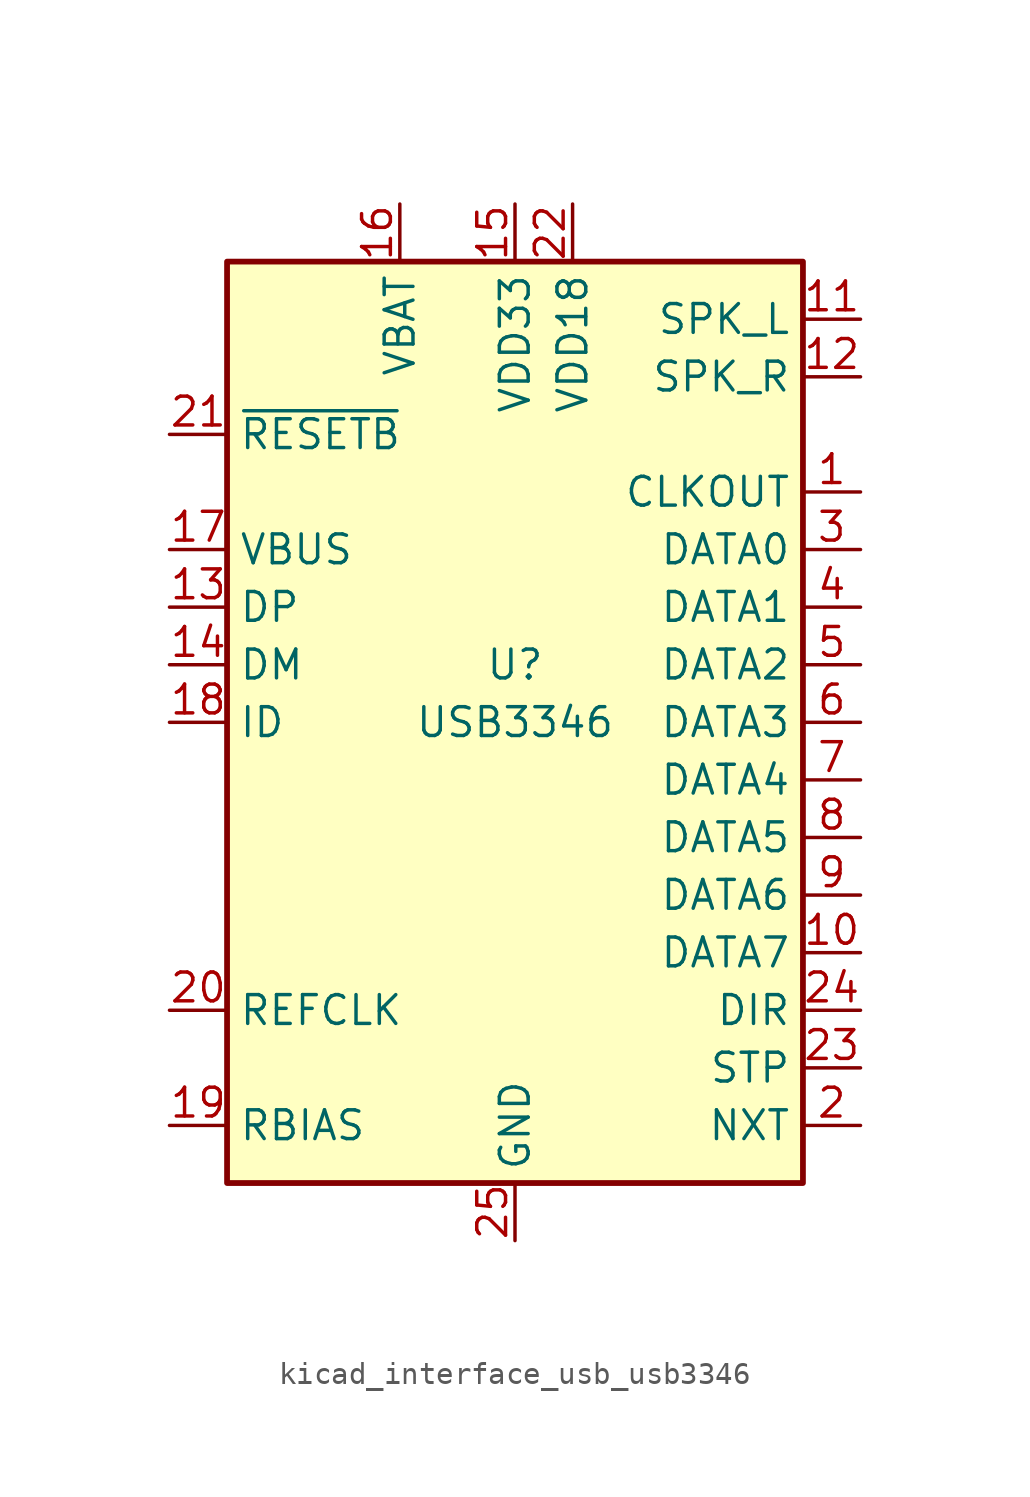
<source format=kicad_sym>
(kicad_symbol_lib
  (version 20220914)
  (generator kicad_symbol_editor)
  (symbol "kicad_interface_usb_usb3346"
    (property "Reference" "U"
      (at 0 2.54 0)
      (effects (font (size 1.27 1.27))))
    (property "Value" "USB3346"
      (at 0 0 0)
      (effects (font (size 1.27 1.27))))
    (symbol "kicad_interface_usb_usb3346_0_1"
      (rectangle (start -12.7 20.32) (end 12.7 -20.32) (stroke (width 0.254) (type default)) (fill (type background))))
    (symbol "kicad_interface_usb_usb3346_1_1"
      (pin output line (at 15.24 10.16 180) (length 2.54) (name "CLKOUT" (effects (font (size 1.27 1.27)))) (number "1" (effects (font (size 1.27 1.27)))))
      (pin bidirectional line (at 15.24 -10.16 180) (length 2.54) (name "DATA7" (effects (font (size 1.27 1.27)))) (number "10" (effects (font (size 1.27 1.27)))))
      (pin bidirectional line (at 15.24 17.78 180) (length 2.54) (name "SPK_L" (effects (font (size 1.27 1.27)))) (number "11" (effects (font (size 1.27 1.27)))))
      (pin bidirectional line (at 15.24 15.24 180) (length 2.54) (name "SPK_R" (effects (font (size 1.27 1.27)))) (number "12" (effects (font (size 1.27 1.27)))))
      (pin bidirectional line (at -15.24 5.08 0) (length 2.54) (name "DP" (effects (font (size 1.27 1.27)))) (number "13" (effects (font (size 1.27 1.27)))))
      (pin bidirectional line (at -15.24 2.54 0) (length 2.54) (name "DM" (effects (font (size 1.27 1.27)))) (number "14" (effects (font (size 1.27 1.27)))))
      (pin power_out line (at 0 22.86 270) (length 2.54) (name "VDD33" (effects (font (size 1.27 1.27)))) (number "15" (effects (font (size 1.27 1.27)))))
      (pin power_in line (at -5.08 22.86 270) (length 2.54) (name "VBAT" (effects (font (size 1.27 1.27)))) (number "16" (effects (font (size 1.27 1.27)))))
      (pin input line (at -15.24 7.62 0) (length 2.54) (name "VBUS" (effects (font (size 1.27 1.27)))) (number "17" (effects (font (size 1.27 1.27)))))
      (pin input line (at -15.24 0 0) (length 2.54) (name "ID" (effects (font (size 1.27 1.27)))) (number "18" (effects (font (size 1.27 1.27)))))
      (pin passive line (at -15.24 -17.78 0) (length 2.54) (name "RBIAS" (effects (font (size 1.27 1.27)))) (number "19" (effects (font (size 1.27 1.27)))))
      (pin output line (at 15.24 -17.78 180) (length 2.54) (name "NXT" (effects (font (size 1.27 1.27)))) (number "2" (effects (font (size 1.27 1.27)))))
      (pin input line (at -15.24 -12.7 0) (length 2.54) (name "REFCLK" (effects (font (size 1.27 1.27)))) (number "20" (effects (font (size 1.27 1.27)))))
      (pin input line (at -15.24 12.7 0) (length 2.54) (name "~{RESETB}" (effects (font (size 1.27 1.27)))) (number "21" (effects (font (size 1.27 1.27)))))
      (pin power_out line (at 2.54 22.86 270) (length 2.54) (name "VDD18" (effects (font (size 1.27 1.27)))) (number "22" (effects (font (size 1.27 1.27)))))
      (pin input line (at 15.24 -15.24 180) (length 2.54) (name "STP" (effects (font (size 1.27 1.27)))) (number "23" (effects (font (size 1.27 1.27)))))
      (pin output line (at 15.24 -12.7 180) (length 2.54) (name "DIR" (effects (font (size 1.27 1.27)))) (number "24" (effects (font (size 1.27 1.27)))))
      (pin power_in line (at 0 -22.86 90) (length 2.54) (name "GND" (effects (font (size 1.27 1.27)))) (number "25" (effects (font (size 1.27 1.27)))))
      (pin bidirectional line (at 15.24 7.62 180) (length 2.54) (name "DATA0" (effects (font (size 1.27 1.27)))) (number "3" (effects (font (size 1.27 1.27)))))
      (pin bidirectional line (at 15.24 5.08 180) (length 2.54) (name "DATA1" (effects (font (size 1.27 1.27)))) (number "4" (effects (font (size 1.27 1.27)))))
      (pin bidirectional line (at 15.24 2.54 180) (length 2.54) (name "DATA2" (effects (font (size 1.27 1.27)))) (number "5" (effects (font (size 1.27 1.27)))))
      (pin bidirectional line (at 15.24 0 180) (length 2.54) (name "DATA3" (effects (font (size 1.27 1.27)))) (number "6" (effects (font (size 1.27 1.27)))))
      (pin bidirectional line (at 15.24 -2.54 180) (length 2.54) (name "DATA4" (effects (font (size 1.27 1.27)))) (number "7" (effects (font (size 1.27 1.27)))))
      (pin bidirectional line (at 15.24 -5.08 180) (length 2.54) (name "DATA5" (effects (font (size 1.27 1.27)))) (number "8" (effects (font (size 1.27 1.27)))))
      (pin bidirectional line (at 15.24 -7.62 180) (length 2.54) (name "DATA6" (effects (font (size 1.27 1.27)))) (number "9" (effects (font (size 1.27 1.27))))))))
</source>
